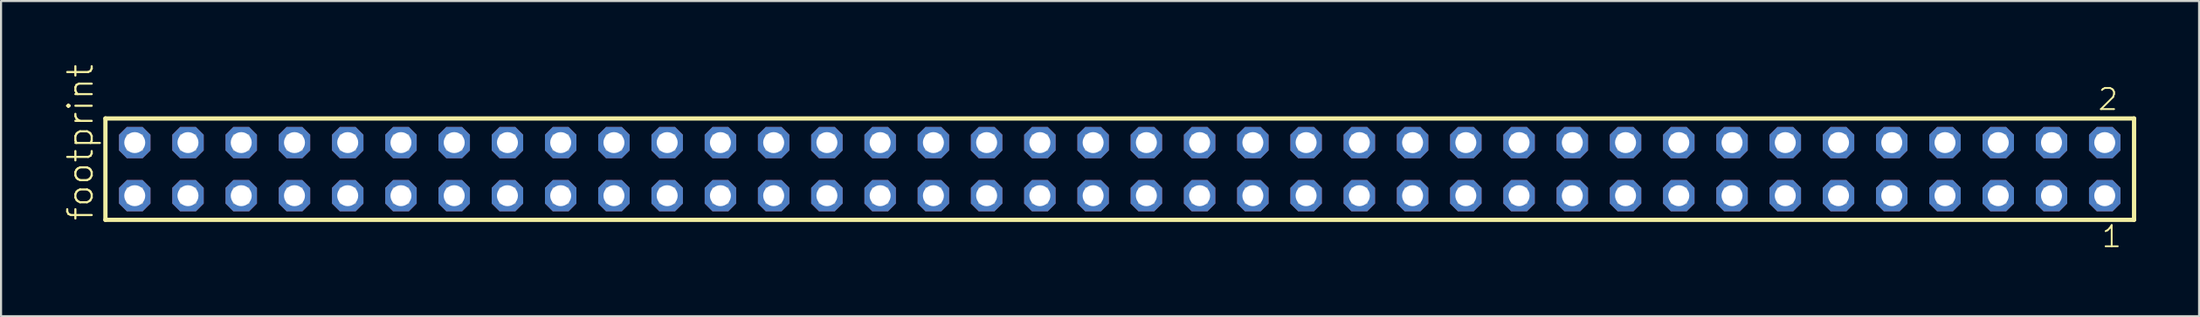
<source format=kicad_pcb>
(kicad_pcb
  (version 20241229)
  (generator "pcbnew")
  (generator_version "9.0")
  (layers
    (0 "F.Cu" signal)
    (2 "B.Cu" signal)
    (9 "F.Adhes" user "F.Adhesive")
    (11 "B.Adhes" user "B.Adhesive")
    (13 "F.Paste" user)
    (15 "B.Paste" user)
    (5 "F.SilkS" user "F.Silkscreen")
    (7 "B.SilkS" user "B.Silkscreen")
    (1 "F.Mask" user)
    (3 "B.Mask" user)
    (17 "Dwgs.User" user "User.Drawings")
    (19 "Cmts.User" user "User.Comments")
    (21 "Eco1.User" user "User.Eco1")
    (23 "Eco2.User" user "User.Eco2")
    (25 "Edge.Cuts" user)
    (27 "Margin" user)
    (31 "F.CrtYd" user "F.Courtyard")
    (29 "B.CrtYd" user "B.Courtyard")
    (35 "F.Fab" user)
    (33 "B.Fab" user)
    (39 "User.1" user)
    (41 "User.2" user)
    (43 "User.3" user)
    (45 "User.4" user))
  (footprint "footprint"
    (layer "F.Cu")
    (at 50.368 5.042)
    (property "Reference" "footprint" (at -48.895 2.54 90) (layer "F.SilkS") (effects (font (size 1.168 1.168) (thickness 0.102)) (justify left bottom)))
    (fp_line (start -48.389 -2.425) (end 48.389 -2.425) (stroke (width 0.203) (type solid)) (layer "F.SilkS"))
    (fp_line (start -48.389 2.425) (end -48.389 -2.425) (stroke (width 0.203) (type solid)) (layer "F.SilkS"))
    (fp_line (start 48.389 -2.425) (end 48.389 2.425) (stroke (width 0.203) (type solid)) (layer "F.SilkS"))
    (fp_line (start 48.389 2.425) (end -48.389 2.425) (stroke (width 0.203) (type solid)) (layer "F.SilkS"))
    (fp_poly (pts (xy -47.34 -0.92) (xy -46.64 -0.92) (xy -46.64 -1.62) (xy -47.34 -1.62)) (stroke (width 0.1) (type solid)) (fill no) (layer "F.Fab"))
    (fp_poly (pts (xy -47.34 1.62) (xy -46.64 1.62) (xy -46.64 0.92) (xy -47.34 0.92)) (stroke (width 0.1) (type solid)) (fill no) (layer "F.Fab"))
    (fp_poly (pts (xy -44.8 -0.92) (xy -44.1 -0.92) (xy -44.1 -1.62) (xy -44.8 -1.62)) (stroke (width 0.1) (type solid)) (fill no) (layer "F.Fab"))
    (fp_poly (pts (xy -44.8 1.62) (xy -44.1 1.62) (xy -44.1 0.92) (xy -44.8 0.92)) (stroke (width 0.1) (type solid)) (fill no) (layer "F.Fab"))
    (fp_poly (pts (xy -42.26 -0.92) (xy -41.56 -0.92) (xy -41.56 -1.62) (xy -42.26 -1.62)) (stroke (width 0.1) (type solid)) (fill no) (layer "F.Fab"))
    (fp_poly (pts (xy -42.26 1.62) (xy -41.56 1.62) (xy -41.56 0.92) (xy -42.26 0.92)) (stroke (width 0.1) (type solid)) (fill no) (layer "F.Fab"))
    (fp_poly (pts (xy -39.72 -0.92) (xy -39.02 -0.92) (xy -39.02 -1.62) (xy -39.72 -1.62)) (stroke (width 0.1) (type solid)) (fill no) (layer "F.Fab"))
    (fp_poly (pts (xy -39.72 1.62) (xy -39.02 1.62) (xy -39.02 0.92) (xy -39.72 0.92)) (stroke (width 0.1) (type solid)) (fill no) (layer "F.Fab"))
    (fp_poly (pts (xy -37.18 -0.92) (xy -36.48 -0.92) (xy -36.48 -1.62) (xy -37.18 -1.62)) (stroke (width 0.1) (type solid)) (fill no) (layer "F.Fab"))
    (fp_poly (pts (xy -37.18 1.62) (xy -36.48 1.62) (xy -36.48 0.92) (xy -37.18 0.92)) (stroke (width 0.1) (type solid)) (fill no) (layer "F.Fab"))
    (fp_poly (pts (xy -34.64 -0.92) (xy -33.94 -0.92) (xy -33.94 -1.62) (xy -34.64 -1.62)) (stroke (width 0.1) (type solid)) (fill no) (layer "F.Fab"))
    (fp_poly (pts (xy -34.64 1.62) (xy -33.94 1.62) (xy -33.94 0.92) (xy -34.64 0.92)) (stroke (width 0.1) (type solid)) (fill no) (layer "F.Fab"))
    (fp_poly (pts (xy -32.1 -0.92) (xy -31.4 -0.92) (xy -31.4 -1.62) (xy -32.1 -1.62)) (stroke (width 0.1) (type solid)) (fill no) (layer "F.Fab"))
    (fp_poly (pts (xy -32.1 1.62) (xy -31.4 1.62) (xy -31.4 0.92) (xy -32.1 0.92)) (stroke (width 0.1) (type solid)) (fill no) (layer "F.Fab"))
    (fp_poly (pts (xy -29.56 -0.92) (xy -28.86 -0.92) (xy -28.86 -1.62) (xy -29.56 -1.62)) (stroke (width 0.1) (type solid)) (fill no) (layer "F.Fab"))
    (fp_poly (pts (xy -29.56 1.62) (xy -28.86 1.62) (xy -28.86 0.92) (xy -29.56 0.92)) (stroke (width 0.1) (type solid)) (fill no) (layer "F.Fab"))
    (fp_poly (pts (xy -27.02 -0.92) (xy -26.32 -0.92) (xy -26.32 -1.62) (xy -27.02 -1.62)) (stroke (width 0.1) (type solid)) (fill no) (layer "F.Fab"))
    (fp_poly (pts (xy -27.02 1.62) (xy -26.32 1.62) (xy -26.32 0.92) (xy -27.02 0.92)) (stroke (width 0.1) (type solid)) (fill no) (layer "F.Fab"))
    (fp_poly (pts (xy -24.48 -0.92) (xy -23.78 -0.92) (xy -23.78 -1.62) (xy -24.48 -1.62)) (stroke (width 0.1) (type solid)) (fill no) (layer "F.Fab"))
    (fp_poly (pts (xy -24.48 1.62) (xy -23.78 1.62) (xy -23.78 0.92) (xy -24.48 0.92)) (stroke (width 0.1) (type solid)) (fill no) (layer "F.Fab"))
    (fp_poly (pts (xy -21.94 -0.92) (xy -21.24 -0.92) (xy -21.24 -1.62) (xy -21.94 -1.62)) (stroke (width 0.1) (type solid)) (fill no) (layer "F.Fab"))
    (fp_poly (pts (xy -21.94 1.62) (xy -21.24 1.62) (xy -21.24 0.92) (xy -21.94 0.92)) (stroke (width 0.1) (type solid)) (fill no) (layer "F.Fab"))
    (fp_poly (pts (xy -19.4 -0.92) (xy -18.7 -0.92) (xy -18.7 -1.62) (xy -19.4 -1.62)) (stroke (width 0.1) (type solid)) (fill no) (layer "F.Fab"))
    (fp_poly (pts (xy -19.4 1.62) (xy -18.7 1.62) (xy -18.7 0.92) (xy -19.4 0.92)) (stroke (width 0.1) (type solid)) (fill no) (layer "F.Fab"))
    (fp_poly (pts (xy -16.86 -0.92) (xy -16.16 -0.92) (xy -16.16 -1.62) (xy -16.86 -1.62)) (stroke (width 0.1) (type solid)) (fill no) (layer "F.Fab"))
    (fp_poly (pts (xy -16.86 1.62) (xy -16.16 1.62) (xy -16.16 0.92) (xy -16.86 0.92)) (stroke (width 0.1) (type solid)) (fill no) (layer "F.Fab"))
    (fp_poly (pts (xy -14.32 -0.92) (xy -13.62 -0.92) (xy -13.62 -1.62) (xy -14.32 -1.62)) (stroke (width 0.1) (type solid)) (fill no) (layer "F.Fab"))
    (fp_poly (pts (xy -14.32 1.62) (xy -13.62 1.62) (xy -13.62 0.92) (xy -14.32 0.92)) (stroke (width 0.1) (type solid)) (fill no) (layer "F.Fab"))
    (fp_poly (pts (xy -11.78 -0.92) (xy -11.08 -0.92) (xy -11.08 -1.62) (xy -11.78 -1.62)) (stroke (width 0.1) (type solid)) (fill no) (layer "F.Fab"))
    (fp_poly (pts (xy -11.78 1.62) (xy -11.08 1.62) (xy -11.08 0.92) (xy -11.78 0.92)) (stroke (width 0.1) (type solid)) (fill no) (layer "F.Fab"))
    (fp_poly (pts (xy -9.24 -0.92) (xy -8.54 -0.92) (xy -8.54 -1.62) (xy -9.24 -1.62)) (stroke (width 0.1) (type solid)) (fill no) (layer "F.Fab"))
    (fp_poly (pts (xy -9.24 1.62) (xy -8.54 1.62) (xy -8.54 0.92) (xy -9.24 0.92)) (stroke (width 0.1) (type solid)) (fill no) (layer "F.Fab"))
    (fp_poly (pts (xy -6.7 -0.92) (xy -6 -0.92) (xy -6 -1.62) (xy -6.7 -1.62)) (stroke (width 0.1) (type solid)) (fill no) (layer "F.Fab"))
    (fp_poly (pts (xy -6.7 1.62) (xy -6 1.62) (xy -6 0.92) (xy -6.7 0.92)) (stroke (width 0.1) (type solid)) (fill no) (layer "F.Fab"))
    (fp_poly (pts (xy -4.16 -0.92) (xy -3.46 -0.92) (xy -3.46 -1.62) (xy -4.16 -1.62)) (stroke (width 0.1) (type solid)) (fill no) (layer "F.Fab"))
    (fp_poly (pts (xy -4.16 1.62) (xy -3.46 1.62) (xy -3.46 0.92) (xy -4.16 0.92)) (stroke (width 0.1) (type solid)) (fill no) (layer "F.Fab"))
    (fp_poly (pts (xy -1.62 -0.92) (xy -0.92 -0.92) (xy -0.92 -1.62) (xy -1.62 -1.62)) (stroke (width 0.1) (type solid)) (fill no) (layer "F.Fab"))
    (fp_poly (pts (xy -1.62 1.62) (xy -0.92 1.62) (xy -0.92 0.92) (xy -1.62 0.92)) (stroke (width 0.1) (type solid)) (fill no) (layer "F.Fab"))
    (fp_poly (pts (xy 0.92 -0.92) (xy 1.62 -0.92) (xy 1.62 -1.62) (xy 0.92 -1.62)) (stroke (width 0.1) (type solid)) (fill no) (layer "F.Fab"))
    (fp_poly (pts (xy 0.92 1.62) (xy 1.62 1.62) (xy 1.62 0.92) (xy 0.92 0.92)) (stroke (width 0.1) (type solid)) (fill no) (layer "F.Fab"))
    (fp_poly (pts (xy 3.46 -0.92) (xy 4.16 -0.92) (xy 4.16 -1.62) (xy 3.46 -1.62)) (stroke (width 0.1) (type solid)) (fill no) (layer "F.Fab"))
    (fp_poly (pts (xy 3.46 1.62) (xy 4.16 1.62) (xy 4.16 0.92) (xy 3.46 0.92)) (stroke (width 0.1) (type solid)) (fill no) (layer "F.Fab"))
    (fp_poly (pts (xy 6 -0.92) (xy 6.7 -0.92) (xy 6.7 -1.62) (xy 6 -1.62)) (stroke (width 0.1) (type solid)) (fill no) (layer "F.Fab"))
    (fp_poly (pts (xy 6 1.62) (xy 6.7 1.62) (xy 6.7 0.92) (xy 6 0.92)) (stroke (width 0.1) (type solid)) (fill no) (layer "F.Fab"))
    (fp_poly (pts (xy 8.54 -0.92) (xy 9.24 -0.92) (xy 9.24 -1.62) (xy 8.54 -1.62)) (stroke (width 0.1) (type solid)) (fill no) (layer "F.Fab"))
    (fp_poly (pts (xy 8.54 1.62) (xy 9.24 1.62) (xy 9.24 0.92) (xy 8.54 0.92)) (stroke (width 0.1) (type solid)) (fill no) (layer "F.Fab"))
    (fp_poly (pts (xy 11.08 -0.92) (xy 11.78 -0.92) (xy 11.78 -1.62) (xy 11.08 -1.62)) (stroke (width 0.1) (type solid)) (fill no) (layer "F.Fab"))
    (fp_poly (pts (xy 11.08 1.62) (xy 11.78 1.62) (xy 11.78 0.92) (xy 11.08 0.92)) (stroke (width 0.1) (type solid)) (fill no) (layer "F.Fab"))
    (fp_poly (pts (xy 13.62 -0.92) (xy 14.32 -0.92) (xy 14.32 -1.62) (xy 13.62 -1.62)) (stroke (width 0.1) (type solid)) (fill no) (layer "F.Fab"))
    (fp_poly (pts (xy 13.62 1.62) (xy 14.32 1.62) (xy 14.32 0.92) (xy 13.62 0.92)) (stroke (width 0.1) (type solid)) (fill no) (layer "F.Fab"))
    (fp_poly (pts (xy 16.16 -0.92) (xy 16.86 -0.92) (xy 16.86 -1.62) (xy 16.16 -1.62)) (stroke (width 0.1) (type solid)) (fill no) (layer "F.Fab"))
    (fp_poly (pts (xy 16.16 1.62) (xy 16.86 1.62) (xy 16.86 0.92) (xy 16.16 0.92)) (stroke (width 0.1) (type solid)) (fill no) (layer "F.Fab"))
    (fp_poly (pts (xy 18.7 -0.92) (xy 19.4 -0.92) (xy 19.4 -1.62) (xy 18.7 -1.62)) (stroke (width 0.1) (type solid)) (fill no) (layer "F.Fab"))
    (fp_poly (pts (xy 18.7 1.62) (xy 19.4 1.62) (xy 19.4 0.92) (xy 18.7 0.92)) (stroke (width 0.1) (type solid)) (fill no) (layer "F.Fab"))
    (fp_poly (pts (xy 21.24 -0.92) (xy 21.94 -0.92) (xy 21.94 -1.62) (xy 21.24 -1.62)) (stroke (width 0.1) (type solid)) (fill no) (layer "F.Fab"))
    (fp_poly (pts (xy 21.24 1.62) (xy 21.94 1.62) (xy 21.94 0.92) (xy 21.24 0.92)) (stroke (width 0.1) (type solid)) (fill no) (layer "F.Fab"))
    (fp_poly (pts (xy 23.78 -0.92) (xy 24.48 -0.92) (xy 24.48 -1.62) (xy 23.78 -1.62)) (stroke (width 0.1) (type solid)) (fill no) (layer "F.Fab"))
    (fp_poly (pts (xy 23.78 1.62) (xy 24.48 1.62) (xy 24.48 0.92) (xy 23.78 0.92)) (stroke (width 0.1) (type solid)) (fill no) (layer "F.Fab"))
    (fp_poly (pts (xy 26.32 -0.92) (xy 27.02 -0.92) (xy 27.02 -1.62) (xy 26.32 -1.62)) (stroke (width 0.1) (type solid)) (fill no) (layer "F.Fab"))
    (fp_poly (pts (xy 26.32 1.62) (xy 27.02 1.62) (xy 27.02 0.92) (xy 26.32 0.92)) (stroke (width 0.1) (type solid)) (fill no) (layer "F.Fab"))
    (fp_poly (pts (xy 28.86 -0.92) (xy 29.56 -0.92) (xy 29.56 -1.62) (xy 28.86 -1.62)) (stroke (width 0.1) (type solid)) (fill no) (layer "F.Fab"))
    (fp_poly (pts (xy 28.86 1.62) (xy 29.56 1.62) (xy 29.56 0.92) (xy 28.86 0.92)) (stroke (width 0.1) (type solid)) (fill no) (layer "F.Fab"))
    (fp_poly (pts (xy 31.4 -0.92) (xy 32.1 -0.92) (xy 32.1 -1.62) (xy 31.4 -1.62)) (stroke (width 0.1) (type solid)) (fill no) (layer "F.Fab"))
    (fp_poly (pts (xy 31.4 1.62) (xy 32.1 1.62) (xy 32.1 0.92) (xy 31.4 0.92)) (stroke (width 0.1) (type solid)) (fill no) (layer "F.Fab"))
    (fp_poly (pts (xy 33.94 -0.92) (xy 34.64 -0.92) (xy 34.64 -1.62) (xy 33.94 -1.62)) (stroke (width 0.1) (type solid)) (fill no) (layer "F.Fab"))
    (fp_poly (pts (xy 33.94 1.62) (xy 34.64 1.62) (xy 34.64 0.92) (xy 33.94 0.92)) (stroke (width 0.1) (type solid)) (fill no) (layer "F.Fab"))
    (fp_poly (pts (xy 36.48 -0.92) (xy 37.18 -0.92) (xy 37.18 -1.62) (xy 36.48 -1.62)) (stroke (width 0.1) (type solid)) (fill no) (layer "F.Fab"))
    (fp_poly (pts (xy 36.48 1.62) (xy 37.18 1.62) (xy 37.18 0.92) (xy 36.48 0.92)) (stroke (width 0.1) (type solid)) (fill no) (layer "F.Fab"))
    (fp_poly (pts (xy 39.02 -0.92) (xy 39.72 -0.92) (xy 39.72 -1.62) (xy 39.02 -1.62)) (stroke (width 0.1) (type solid)) (fill no) (layer "F.Fab"))
    (fp_poly (pts (xy 39.02 1.62) (xy 39.72 1.62) (xy 39.72 0.92) (xy 39.02 0.92)) (stroke (width 0.1) (type solid)) (fill no) (layer "F.Fab"))
    (fp_poly (pts (xy 41.56 -0.92) (xy 42.26 -0.92) (xy 42.26 -1.62) (xy 41.56 -1.62)) (stroke (width 0.1) (type solid)) (fill no) (layer "F.Fab"))
    (fp_poly (pts (xy 41.56 1.62) (xy 42.26 1.62) (xy 42.26 0.92) (xy 41.56 0.92)) (stroke (width 0.1) (type solid)) (fill no) (layer "F.Fab"))
    (fp_poly (pts (xy 44.1 -0.92) (xy 44.8 -0.92) (xy 44.8 -1.62) (xy 44.1 -1.62)) (stroke (width 0.1) (type solid)) (fill no) (layer "F.Fab"))
    (fp_poly (pts (xy 44.1 1.62) (xy 44.8 1.62) (xy 44.8 0.92) (xy 44.1 0.92)) (stroke (width 0.1) (type solid)) (fill no) (layer "F.Fab"))
    (fp_poly (pts (xy 46.64 -0.92) (xy 47.34 -0.92) (xy 47.34 -1.62) (xy 46.64 -1.62)) (stroke (width 0.1) (type solid)) (fill no) (layer "F.Fab"))
    (fp_poly (pts (xy 46.64 1.62) (xy 47.34 1.62) (xy 47.34 0.92) (xy 46.64 0.92)) (stroke (width 0.1) (type solid)) (fill no) (layer "F.Fab"))
    (fp_text user "1" (at 46.782 3.818 0) (layer "F.SilkS") (effects (font (size 1.012 1.012) (thickness 0.088)) (justify left bottom)))
    (fp_text user "2" (at 46.607 -2.744 0) (layer "F.SilkS") (effects (font (size 1.012 1.012) (thickness 0.088)) (justify left bottom)))
    (pad "1" thru_hole roundrect (at 46.99 1.27 180) (size 1.5 1.5) (drill 1) (layers "*.Cu" "*.Mask") (roundrect_rratio 0.25) (chamfer_ratio 0.25) (chamfer top_left top_right bottom_left bottom_right))
    (pad "2" thru_hole roundrect (at 46.99 -1.27 180) (size 1.5 1.5) (drill 1) (layers "*.Cu" "*.Mask") (roundrect_rratio 0.25) (chamfer_ratio 0.25) (chamfer top_left top_right bottom_left bottom_right))
    (pad "3" thru_hole roundrect (at 44.45 1.27 180) (size 1.5 1.5) (drill 1) (layers "*.Cu" "*.Mask") (roundrect_rratio 0.25) (chamfer_ratio 0.25) (chamfer top_left top_right bottom_left bottom_right))
    (pad "4" thru_hole roundrect (at 44.45 -1.27 180) (size 1.5 1.5) (drill 1) (layers "*.Cu" "*.Mask") (roundrect_rratio 0.25) (chamfer_ratio 0.25) (chamfer top_left top_right bottom_left bottom_right))
    (pad "5" thru_hole roundrect (at 41.91 1.27 180) (size 1.5 1.5) (drill 1) (layers "*.Cu" "*.Mask") (roundrect_rratio 0.25) (chamfer_ratio 0.25) (chamfer top_left top_right bottom_left bottom_right))
    (pad "6" thru_hole roundrect (at 41.91 -1.27 180) (size 1.5 1.5) (drill 1) (layers "*.Cu" "*.Mask") (roundrect_rratio 0.25) (chamfer_ratio 0.25) (chamfer top_left top_right bottom_left bottom_right))
    (pad "7" thru_hole roundrect (at 39.37 1.27 180) (size 1.5 1.5) (drill 1) (layers "*.Cu" "*.Mask") (roundrect_rratio 0.25) (chamfer_ratio 0.25) (chamfer top_left top_right bottom_left bottom_right))
    (pad "8" thru_hole roundrect (at 39.37 -1.27 180) (size 1.5 1.5) (drill 1) (layers "*.Cu" "*.Mask") (roundrect_rratio 0.25) (chamfer_ratio 0.25) (chamfer top_left top_right bottom_left bottom_right))
    (pad "9" thru_hole roundrect (at 36.83 1.27 180) (size 1.5 1.5) (drill 1) (layers "*.Cu" "*.Mask") (roundrect_rratio 0.25) (chamfer_ratio 0.25) (chamfer top_left top_right bottom_left bottom_right))
    (pad "10" thru_hole roundrect (at 36.83 -1.27 180) (size 1.5 1.5) (drill 1) (layers "*.Cu" "*.Mask") (roundrect_rratio 0.25) (chamfer_ratio 0.25) (chamfer top_left top_right bottom_left bottom_right))
    (pad "11" thru_hole roundrect (at 34.29 1.27 180) (size 1.5 1.5) (drill 1) (layers "*.Cu" "*.Mask") (roundrect_rratio 0.25) (chamfer_ratio 0.25) (chamfer top_left top_right bottom_left bottom_right))
    (pad "12" thru_hole roundrect (at 34.29 -1.27 180) (size 1.5 1.5) (drill 1) (layers "*.Cu" "*.Mask") (roundrect_rratio 0.25) (chamfer_ratio 0.25) (chamfer top_left top_right bottom_left bottom_right))
    (pad "13" thru_hole roundrect (at 31.75 1.27 180) (size 1.5 1.5) (drill 1) (layers "*.Cu" "*.Mask") (roundrect_rratio 0.25) (chamfer_ratio 0.25) (chamfer top_left top_right bottom_left bottom_right))
    (pad "14" thru_hole roundrect (at 31.75 -1.27 180) (size 1.5 1.5) (drill 1) (layers "*.Cu" "*.Mask") (roundrect_rratio 0.25) (chamfer_ratio 0.25) (chamfer top_left top_right bottom_left bottom_right))
    (pad "15" thru_hole roundrect (at 29.21 1.27 180) (size 1.5 1.5) (drill 1) (layers "*.Cu" "*.Mask") (roundrect_rratio 0.25) (chamfer_ratio 0.25) (chamfer top_left top_right bottom_left bottom_right))
    (pad "16" thru_hole roundrect (at 29.21 -1.27 180) (size 1.5 1.5) (drill 1) (layers "*.Cu" "*.Mask") (roundrect_rratio 0.25) (chamfer_ratio 0.25) (chamfer top_left top_right bottom_left bottom_right))
    (pad "17" thru_hole roundrect (at 26.67 1.27 180) (size 1.5 1.5) (drill 1) (layers "*.Cu" "*.Mask") (roundrect_rratio 0.25) (chamfer_ratio 0.25) (chamfer top_left top_right bottom_left bottom_right))
    (pad "18" thru_hole roundrect (at 26.67 -1.27 180) (size 1.5 1.5) (drill 1) (layers "*.Cu" "*.Mask") (roundrect_rratio 0.25) (chamfer_ratio 0.25) (chamfer top_left top_right bottom_left bottom_right))
    (pad "19" thru_hole roundrect (at 24.13 1.27 180) (size 1.5 1.5) (drill 1) (layers "*.Cu" "*.Mask") (roundrect_rratio 0.25) (chamfer_ratio 0.25) (chamfer top_left top_right bottom_left bottom_right))
    (pad "20" thru_hole roundrect (at 24.13 -1.27 180) (size 1.5 1.5) (drill 1) (layers "*.Cu" "*.Mask") (roundrect_rratio 0.25) (chamfer_ratio 0.25) (chamfer top_left top_right bottom_left bottom_right))
    (pad "21" thru_hole roundrect (at 21.59 1.27 180) (size 1.5 1.5) (drill 1) (layers "*.Cu" "*.Mask") (roundrect_rratio 0.25) (chamfer_ratio 0.25) (chamfer top_left top_right bottom_left bottom_right))
    (pad "22" thru_hole roundrect (at 21.59 -1.27 180) (size 1.5 1.5) (drill 1) (layers "*.Cu" "*.Mask") (roundrect_rratio 0.25) (chamfer_ratio 0.25) (chamfer top_left top_right bottom_left bottom_right))
    (pad "23" thru_hole roundrect (at 19.05 1.27 180) (size 1.5 1.5) (drill 1) (layers "*.Cu" "*.Mask") (roundrect_rratio 0.25) (chamfer_ratio 0.25) (chamfer top_left top_right bottom_left bottom_right))
    (pad "24" thru_hole roundrect (at 19.05 -1.27 180) (size 1.5 1.5) (drill 1) (layers "*.Cu" "*.Mask") (roundrect_rratio 0.25) (chamfer_ratio 0.25) (chamfer top_left top_right bottom_left bottom_right))
    (pad "25" thru_hole roundrect (at 16.51 1.27 180) (size 1.5 1.5) (drill 1) (layers "*.Cu" "*.Mask") (roundrect_rratio 0.25) (chamfer_ratio 0.25) (chamfer top_left top_right bottom_left bottom_right))
    (pad "26" thru_hole roundrect (at 16.51 -1.27 180) (size 1.5 1.5) (drill 1) (layers "*.Cu" "*.Mask") (roundrect_rratio 0.25) (chamfer_ratio 0.25) (chamfer top_left top_right bottom_left bottom_right))
    (pad "27" thru_hole roundrect (at 13.97 1.27 180) (size 1.5 1.5) (drill 1) (layers "*.Cu" "*.Mask") (roundrect_rratio 0.25) (chamfer_ratio 0.25) (chamfer top_left top_right bottom_left bottom_right))
    (pad "28" thru_hole roundrect (at 13.97 -1.27 180) (size 1.5 1.5) (drill 1) (layers "*.Cu" "*.Mask") (roundrect_rratio 0.25) (chamfer_ratio 0.25) (chamfer top_left top_right bottom_left bottom_right))
    (pad "29" thru_hole roundrect (at 11.43 1.27 180) (size 1.5 1.5) (drill 1) (layers "*.Cu" "*.Mask") (roundrect_rratio 0.25) (chamfer_ratio 0.25) (chamfer top_left top_right bottom_left bottom_right))
    (pad "30" thru_hole roundrect (at 11.43 -1.27 180) (size 1.5 1.5) (drill 1) (layers "*.Cu" "*.Mask") (roundrect_rratio 0.25) (chamfer_ratio 0.25) (chamfer top_left top_right bottom_left bottom_right))
    (pad "31" thru_hole roundrect (at 8.89 1.27 180) (size 1.5 1.5) (drill 1) (layers "*.Cu" "*.Mask") (roundrect_rratio 0.25) (chamfer_ratio 0.25) (chamfer top_left top_right bottom_left bottom_right))
    (pad "32" thru_hole roundrect (at 8.89 -1.27 180) (size 1.5 1.5) (drill 1) (layers "*.Cu" "*.Mask") (roundrect_rratio 0.25) (chamfer_ratio 0.25) (chamfer top_left top_right bottom_left bottom_right))
    (pad "33" thru_hole roundrect (at 6.35 1.27 180) (size 1.5 1.5) (drill 1) (layers "*.Cu" "*.Mask") (roundrect_rratio 0.25) (chamfer_ratio 0.25) (chamfer top_left top_right bottom_left bottom_right))
    (pad "34" thru_hole roundrect (at 6.35 -1.27 180) (size 1.5 1.5) (drill 1) (layers "*.Cu" "*.Mask") (roundrect_rratio 0.25) (chamfer_ratio 0.25) (chamfer top_left top_right bottom_left bottom_right))
    (pad "35" thru_hole roundrect (at 3.81 1.27 180) (size 1.5 1.5) (drill 1) (layers "*.Cu" "*.Mask") (roundrect_rratio 0.25) (chamfer_ratio 0.25) (chamfer top_left top_right bottom_left bottom_right))
    (pad "36" thru_hole roundrect (at 3.81 -1.27 180) (size 1.5 1.5) (drill 1) (layers "*.Cu" "*.Mask") (roundrect_rratio 0.25) (chamfer_ratio 0.25) (chamfer top_left top_right bottom_left bottom_right))
    (pad "37" thru_hole roundrect (at 1.27 1.27 180) (size 1.5 1.5) (drill 1) (layers "*.Cu" "*.Mask") (roundrect_rratio 0.25) (chamfer_ratio 0.25) (chamfer top_left top_right bottom_left bottom_right))
    (pad "38" thru_hole roundrect (at 1.27 -1.27 180) (size 1.5 1.5) (drill 1) (layers "*.Cu" "*.Mask") (roundrect_rratio 0.25) (chamfer_ratio 0.25) (chamfer top_left top_right bottom_left bottom_right))
    (pad "39" thru_hole roundrect (at -1.27 1.27 180) (size 1.5 1.5) (drill 1) (layers "*.Cu" "*.Mask") (roundrect_rratio 0.25) (chamfer_ratio 0.25) (chamfer top_left top_right bottom_left bottom_right))
    (pad "40" thru_hole roundrect (at -1.27 -1.27 180) (size 1.5 1.5) (drill 1) (layers "*.Cu" "*.Mask") (roundrect_rratio 0.25) (chamfer_ratio 0.25) (chamfer top_left top_right bottom_left bottom_right))
    (pad "41" thru_hole roundrect (at -3.81 1.27 180) (size 1.5 1.5) (drill 1) (layers "*.Cu" "*.Mask") (roundrect_rratio 0.25) (chamfer_ratio 0.25) (chamfer top_left top_right bottom_left bottom_right))
    (pad "42" thru_hole roundrect (at -3.81 -1.27 180) (size 1.5 1.5) (drill 1) (layers "*.Cu" "*.Mask") (roundrect_rratio 0.25) (chamfer_ratio 0.25) (chamfer top_left top_right bottom_left bottom_right))
    (pad "43" thru_hole roundrect (at -6.35 1.27 180) (size 1.5 1.5) (drill 1) (layers "*.Cu" "*.Mask") (roundrect_rratio 0.25) (chamfer_ratio 0.25) (chamfer top_left top_right bottom_left bottom_right))
    (pad "44" thru_hole roundrect (at -6.35 -1.27 180) (size 1.5 1.5) (drill 1) (layers "*.Cu" "*.Mask") (roundrect_rratio 0.25) (chamfer_ratio 0.25) (chamfer top_left top_right bottom_left bottom_right))
    (pad "45" thru_hole roundrect (at -8.89 1.27 180) (size 1.5 1.5) (drill 1) (layers "*.Cu" "*.Mask") (roundrect_rratio 0.25) (chamfer_ratio 0.25) (chamfer top_left top_right bottom_left bottom_right))
    (pad "46" thru_hole roundrect (at -8.89 -1.27 180) (size 1.5 1.5) (drill 1) (layers "*.Cu" "*.Mask") (roundrect_rratio 0.25) (chamfer_ratio 0.25) (chamfer top_left top_right bottom_left bottom_right))
    (pad "47" thru_hole roundrect (at -11.43 1.27 180) (size 1.5 1.5) (drill 1) (layers "*.Cu" "*.Mask") (roundrect_rratio 0.25) (chamfer_ratio 0.25) (chamfer top_left top_right bottom_left bottom_right))
    (pad "48" thru_hole roundrect (at -11.43 -1.27 180) (size 1.5 1.5) (drill 1) (layers "*.Cu" "*.Mask") (roundrect_rratio 0.25) (chamfer_ratio 0.25) (chamfer top_left top_right bottom_left bottom_right))
    (pad "49" thru_hole roundrect (at -13.97 1.27 180) (size 1.5 1.5) (drill 1) (layers "*.Cu" "*.Mask") (roundrect_rratio 0.25) (chamfer_ratio 0.25) (chamfer top_left top_right bottom_left bottom_right))
    (pad "50" thru_hole roundrect (at -13.97 -1.27 180) (size 1.5 1.5) (drill 1) (layers "*.Cu" "*.Mask") (roundrect_rratio 0.25) (chamfer_ratio 0.25) (chamfer top_left top_right bottom_left bottom_right))
    (pad "51" thru_hole roundrect (at -16.51 1.27 180) (size 1.5 1.5) (drill 1) (layers "*.Cu" "*.Mask") (roundrect_rratio 0.25) (chamfer_ratio 0.25) (chamfer top_left top_right bottom_left bottom_right))
    (pad "52" thru_hole roundrect (at -16.51 -1.27 180) (size 1.5 1.5) (drill 1) (layers "*.Cu" "*.Mask") (roundrect_rratio 0.25) (chamfer_ratio 0.25) (chamfer top_left top_right bottom_left bottom_right))
    (pad "53" thru_hole roundrect (at -19.05 1.27 180) (size 1.5 1.5) (drill 1) (layers "*.Cu" "*.Mask") (roundrect_rratio 0.25) (chamfer_ratio 0.25) (chamfer top_left top_right bottom_left bottom_right))
    (pad "54" thru_hole roundrect (at -19.05 -1.27 180) (size 1.5 1.5) (drill 1) (layers "*.Cu" "*.Mask") (roundrect_rratio 0.25) (chamfer_ratio 0.25) (chamfer top_left top_right bottom_left bottom_right))
    (pad "55" thru_hole roundrect (at -21.59 1.27 180) (size 1.5 1.5) (drill 1) (layers "*.Cu" "*.Mask") (roundrect_rratio 0.25) (chamfer_ratio 0.25) (chamfer top_left top_right bottom_left bottom_right))
    (pad "56" thru_hole roundrect (at -21.59 -1.27 180) (size 1.5 1.5) (drill 1) (layers "*.Cu" "*.Mask") (roundrect_rratio 0.25) (chamfer_ratio 0.25) (chamfer top_left top_right bottom_left bottom_right))
    (pad "57" thru_hole roundrect (at -24.13 1.27 180) (size 1.5 1.5) (drill 1) (layers "*.Cu" "*.Mask") (roundrect_rratio 0.25) (chamfer_ratio 0.25) (chamfer top_left top_right bottom_left bottom_right))
    (pad "58" thru_hole roundrect (at -24.13 -1.27 180) (size 1.5 1.5) (drill 1) (layers "*.Cu" "*.Mask") (roundrect_rratio 0.25) (chamfer_ratio 0.25) (chamfer top_left top_right bottom_left bottom_right))
    (pad "59" thru_hole roundrect (at -26.67 1.27 180) (size 1.5 1.5) (drill 1) (layers "*.Cu" "*.Mask") (roundrect_rratio 0.25) (chamfer_ratio 0.25) (chamfer top_left top_right bottom_left bottom_right))
    (pad "60" thru_hole roundrect (at -26.67 -1.27 180) (size 1.5 1.5) (drill 1) (layers "*.Cu" "*.Mask") (roundrect_rratio 0.25) (chamfer_ratio 0.25) (chamfer top_left top_right bottom_left bottom_right))
    (pad "61" thru_hole roundrect (at -29.21 1.27 180) (size 1.5 1.5) (drill 1) (layers "*.Cu" "*.Mask") (roundrect_rratio 0.25) (chamfer_ratio 0.25) (chamfer top_left top_right bottom_left bottom_right))
    (pad "62" thru_hole roundrect (at -29.21 -1.27 180) (size 1.5 1.5) (drill 1) (layers "*.Cu" "*.Mask") (roundrect_rratio 0.25) (chamfer_ratio 0.25) (chamfer top_left top_right bottom_left bottom_right))
    (pad "63" thru_hole roundrect (at -31.75 1.27 180) (size 1.5 1.5) (drill 1) (layers "*.Cu" "*.Mask") (roundrect_rratio 0.25) (chamfer_ratio 0.25) (chamfer top_left top_right bottom_left bottom_right))
    (pad "64" thru_hole roundrect (at -31.75 -1.27 180) (size 1.5 1.5) (drill 1) (layers "*.Cu" "*.Mask") (roundrect_rratio 0.25) (chamfer_ratio 0.25) (chamfer top_left top_right bottom_left bottom_right))
    (pad "65" thru_hole roundrect (at -34.29 1.27 180) (size 1.5 1.5) (drill 1) (layers "*.Cu" "*.Mask") (roundrect_rratio 0.25) (chamfer_ratio 0.25) (chamfer top_left top_right bottom_left bottom_right))
    (pad "66" thru_hole roundrect (at -34.29 -1.27 180) (size 1.5 1.5) (drill 1) (layers "*.Cu" "*.Mask") (roundrect_rratio 0.25) (chamfer_ratio 0.25) (chamfer top_left top_right bottom_left bottom_right))
    (pad "67" thru_hole roundrect (at -36.83 1.27 180) (size 1.5 1.5) (drill 1) (layers "*.Cu" "*.Mask") (roundrect_rratio 0.25) (chamfer_ratio 0.25) (chamfer top_left top_right bottom_left bottom_right))
    (pad "68" thru_hole roundrect (at -36.83 -1.27 180) (size 1.5 1.5) (drill 1) (layers "*.Cu" "*.Mask") (roundrect_rratio 0.25) (chamfer_ratio 0.25) (chamfer top_left top_right bottom_left bottom_right))
    (pad "69" thru_hole roundrect (at -39.37 1.27 180) (size 1.5 1.5) (drill 1) (layers "*.Cu" "*.Mask") (roundrect_rratio 0.25) (chamfer_ratio 0.25) (chamfer top_left top_right bottom_left bottom_right))
    (pad "70" thru_hole roundrect (at -39.37 -1.27 180) (size 1.5 1.5) (drill 1) (layers "*.Cu" "*.Mask") (roundrect_rratio 0.25) (chamfer_ratio 0.25) (chamfer top_left top_right bottom_left bottom_right))
    (pad "71" thru_hole roundrect (at -41.91 1.27 180) (size 1.5 1.5) (drill 1) (layers "*.Cu" "*.Mask") (roundrect_rratio 0.25) (chamfer_ratio 0.25) (chamfer top_left top_right bottom_left bottom_right))
    (pad "72" thru_hole roundrect (at -41.91 -1.27 180) (size 1.5 1.5) (drill 1) (layers "*.Cu" "*.Mask") (roundrect_rratio 0.25) (chamfer_ratio 0.25) (chamfer top_left top_right bottom_left bottom_right))
    (pad "73" thru_hole roundrect (at -44.45 1.27 180) (size 1.5 1.5) (drill 1) (layers "*.Cu" "*.Mask") (roundrect_rratio 0.25) (chamfer_ratio 0.25) (chamfer top_left top_right bottom_left bottom_right))
    (pad "74" thru_hole roundrect (at -44.45 -1.27 180) (size 1.5 1.5) (drill 1) (layers "*.Cu" "*.Mask") (roundrect_rratio 0.25) (chamfer_ratio 0.25) (chamfer top_left top_right bottom_left bottom_right))
    (pad "75" thru_hole roundrect (at -46.99 1.27 180) (size 1.5 1.5) (drill 1) (layers "*.Cu" "*.Mask") (roundrect_rratio 0.25) (chamfer_ratio 0.25) (chamfer top_left top_right bottom_left bottom_right))
    (pad "76" thru_hole roundrect (at -46.99 -1.27 180) (size 1.5 1.5) (drill 1) (layers "*.Cu" "*.Mask") (roundrect_rratio 0.25) (chamfer_ratio 0.25) (chamfer top_left top_right bottom_left bottom_right)))
  (gr_rect
    (start -3 -3)
    (end 101.859 12.077)
    (stroke (width 0.1) (type default))
    (fill no)
    (layer "Edge.Cuts")))
</source>
